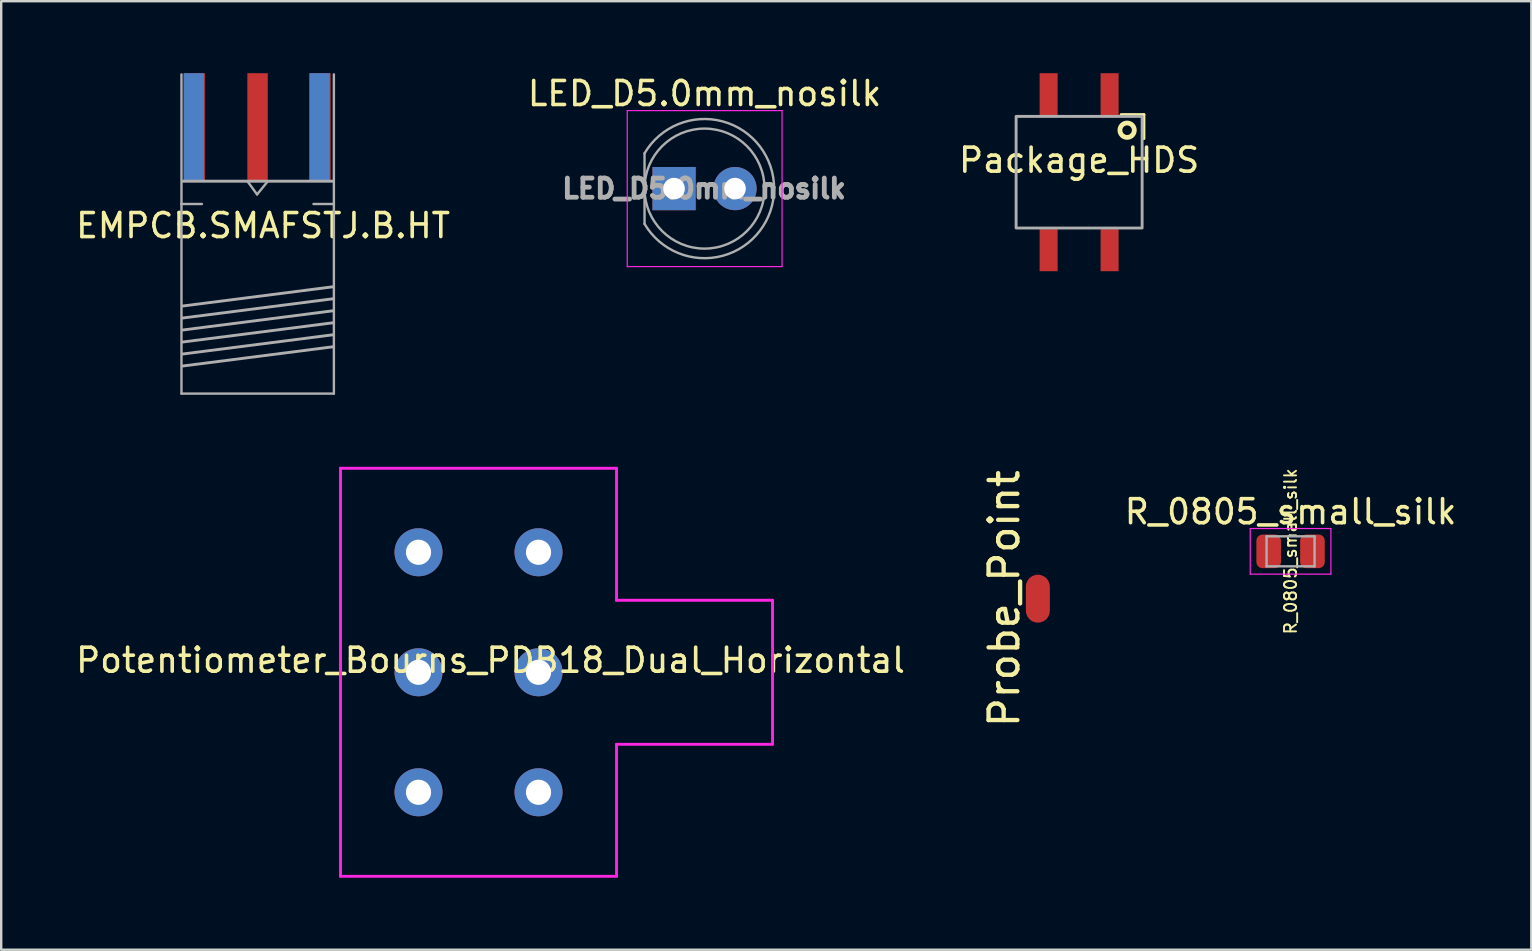
<source format=kicad_pcb>
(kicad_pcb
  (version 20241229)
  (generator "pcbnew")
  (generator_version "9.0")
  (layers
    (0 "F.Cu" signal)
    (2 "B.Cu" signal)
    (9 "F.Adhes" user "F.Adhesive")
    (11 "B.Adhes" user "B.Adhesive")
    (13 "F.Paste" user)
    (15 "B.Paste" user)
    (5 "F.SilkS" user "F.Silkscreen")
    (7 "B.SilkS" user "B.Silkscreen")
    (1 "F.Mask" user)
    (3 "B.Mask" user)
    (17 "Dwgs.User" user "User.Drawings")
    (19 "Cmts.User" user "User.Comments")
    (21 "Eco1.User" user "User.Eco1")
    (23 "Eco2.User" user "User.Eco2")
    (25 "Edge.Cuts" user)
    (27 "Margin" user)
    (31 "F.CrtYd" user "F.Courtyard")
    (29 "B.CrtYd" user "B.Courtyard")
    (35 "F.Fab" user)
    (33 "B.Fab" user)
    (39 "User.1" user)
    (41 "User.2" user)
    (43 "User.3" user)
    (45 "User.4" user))
  (footprint "LED_D5.0mm_nosilk"
    (layer "F.Cu")
    (at 25.034 4.808)
    (property "Reference" "LED_D5.0mm_nosilk" (at 1.27 -3.96 0) (layer "F.SilkS") (effects (font (size 1 1) (thickness 0.15))))
    (attr through_hole)
    (fp_line (start -1.95 -3.25) (end -1.95 3.25) (stroke (width 0.05) (type solid)) (layer "F.CrtYd"))
    (fp_line (start -1.95 3.25) (end 4.5 3.25) (stroke (width 0.05) (type solid)) (layer "F.CrtYd"))
    (fp_line (start 4.5 -3.25) (end -1.95 -3.25) (stroke (width 0.05) (type solid)) (layer "F.CrtYd"))
    (fp_line (start 4.5 3.25) (end 4.5 -3.25) (stroke (width 0.05) (type solid)) (layer "F.CrtYd"))
    (fp_line (start -1.23 -1.47) (end -1.23 1.47) (stroke (width 0.1) (type solid)) (layer "F.Fab"))
    (fp_arc (start -1.23 -1.469694) (mid 4.17 0.000016) (end -1.230016 1.469666) (stroke (width 0.1) (type solid)) (layer "F.Fab"))
    (fp_circle (center 1.27 0) (end 3.77 0) (stroke (width 0.1) (type solid)) (fill no) (layer "F.Fab"))
    (fp_text user "${REFERENCE}" (at 1.25 0 0) (layer "F.Fab") (effects (font (size 0.8 0.8) (thickness 0.2))))
    (pad "1" thru_hole rect (at 0 0) (size 1.8 1.8) (drill 0.9) (layers "*.Cu" "*.Mask"))
    (pad "2" thru_hole circle (at 2.54 0) (size 1.8 1.8) (drill 0.9) (layers "*.Cu" "*.Mask")))
  (footprint "Probe_Point"
    (layer "F.Cu")
    (at 40.042 21.893)
    (property "Reference" "Probe_Point" (at -1.25 0 90) (unlocked yes) (layer "F.SilkS") (effects (font (size 1.2 1.2) (thickness 0.18))))
    (attr smd)
    (pad "1" smd roundrect (at 0.15 0) (size 1 2) (layers "F.Cu" "F.Mask" "F.Paste") (roundrect_rratio 0.5)))
  (footprint "Package_HDS"
    (layer "F.Cu")
    (at 41.911 4.125)
    (property "Reference" "Package_HDS" (at 0 -0.5 0) (unlocked yes) (layer "F.SilkS") (effects (font (size 1 1) (thickness 0.15))))
    (attr smd)
    (fp_line (start 1.75 -2.4) (end 2.7 -2.4) (stroke (width 0.12) (type solid)) (layer "F.SilkS"))
    (fp_line (start 2.7 -2.4) (end 2.7 -1.4) (stroke (width 0.12) (type solid)) (layer "F.SilkS"))
    (fp_circle (center 2 -1.75) (end 2.3 -1.75) (stroke (width 0.2) (type solid)) (fill no) (layer "F.SilkS"))
    (fp_rect (start -2.625 -2.325) (end 2.625 2.325) (stroke (width 0.12) (type solid)) (fill no) (layer "F.Fab"))
    (pad "1" smd rect (at 1.27 -3.25) (size 0.75 1.75) (layers "F.Cu" "F.Mask" "F.Paste"))
    (pad "2" smd rect (at 1.27 3.25) (size 0.75 1.75) (layers "F.Cu" "F.Mask" "F.Paste"))
    (pad "3" smd rect (at -1.27 -3.25) (size 0.75 1.75) (layers "F.Cu" "F.Mask" "F.Paste"))
    (pad "4" smd rect (at -1.27 3.25) (size 0.75 1.75) (layers "F.Cu" "F.Mask" "F.Paste")))
  (footprint "Potentiometer_Bourns_PDB18_Dual_Horizontal"
    (layer "F.Cu")
    (at 19.387 29.96)
    (property "Reference" "Potentiometer_Bourns_PDB18_Dual_Horizontal" (at -2 -5.5 0) (unlocked yes) (layer "F.SilkS") (effects (font (size 1 1) (thickness 0.15))))
    (attr through_hole)
    (fp_line (start -8.25 3.5) (end -8.25 -13.5) (stroke (width 0.12) (type solid)) (layer "F.CrtYd"))
    (fp_line (start 3.25 -13.5) (end -8.25 -13.5) (stroke (width 0.12) (type solid)) (layer "F.CrtYd"))
    (fp_line (start 3.25 -13.5) (end 3.25 -8) (stroke (width 0.12) (type solid)) (layer "F.CrtYd"))
    (fp_line (start 3.25 -8) (end 9.75 -8) (stroke (width 0.12) (type solid)) (layer "F.CrtYd"))
    (fp_line (start 3.25 3.5) (end -8.25 3.5) (stroke (width 0.12) (type solid)) (layer "F.CrtYd"))
    (fp_line (start 3.25 3.5) (end 3.25 -2) (stroke (width 0.12) (type solid)) (layer "F.CrtYd"))
    (fp_line (start 9.75 -8) (end 9.75 -2) (stroke (width 0.12) (type solid)) (layer "F.CrtYd"))
    (fp_line (start 9.75 -2) (end 3.25 -2) (stroke (width 0.12) (type solid)) (layer "F.CrtYd"))
    (pad "1" thru_hole circle (at 0 0) (size 2 2) (drill 1.05) (layers "*.Cu" "*.Mask"))
    (pad "2" thru_hole circle (at 0 -5) (size 2 2) (drill 1.05) (layers "*.Cu" "*.Mask"))
    (pad "3" thru_hole circle (at 0 -10) (size 2 2) (drill 1.05) (layers "*.Cu" "*.Mask"))
    (pad "4" thru_hole circle (at -5 0) (size 2 2) (drill 1.05) (layers "*.Cu" "*.Mask"))
    (pad "5" thru_hole circle (at -5 -5) (size 2 2) (drill 1.05) (layers "*.Cu" "*.Mask"))
    (pad "6" thru_hole circle (at -5 -10) (size 2 2) (drill 1.05) (layers "*.Cu" "*.Mask")))
  (footprint "EMPCB.SMAFSTJ.B.HT"
    (layer "F.Cu")
    (at 7.661 6.25)
    (property "Reference" "EMPCB.SMAFSTJ.B.HT" (at 0.25 0.1 0) (unlocked yes) (layer "F.SilkS") (effects (font (size 1 1) (thickness 0.15))))
    (fp_line (start -3.15 -6.2) (end -3.15 -0.8) (stroke (width 0.1) (type solid)) (layer "F.Fab"))
    (fp_line (start -3.15 -0.8) (end -2.3 -0.8) (stroke (width 0.1) (type solid)) (layer "F.Fab"))
    (fp_line (start -3.15 7.1) (end -3.15 -0.8) (stroke (width 0.1) (type solid)) (layer "F.Fab"))
    (fp_line (start -3.1 -1.75) (end 3.15 -1.75) (stroke (width 0.12) (type solid)) (layer "F.Fab"))
    (fp_line (start -0.403 -1.75) (end 0 -1.2) (stroke (width 0.1) (type solid)) (layer "F.Fab"))
    (fp_line (start 0 -1.2) (end 0.45 -1.75) (stroke (width 0.1) (type solid)) (layer "F.Fab"))
    (fp_line (start 2.35 -0.8) (end 3.2 -0.8) (stroke (width 0.1) (type solid)) (layer "F.Fab"))
    (fp_line (start 3.15 2.65) (end -3.1 3.45) (stroke (width 0.12) (type solid)) (layer "F.Fab"))
    (fp_line (start 3.15 3.15) (end -3.1 3.95) (stroke (width 0.12) (type solid)) (layer "F.Fab"))
    (fp_line (start 3.15 3.65) (end -3.1 4.45) (stroke (width 0.12) (type solid)) (layer "F.Fab"))
    (fp_line (start 3.15 4.15) (end -3.1 4.95) (stroke (width 0.12) (type solid)) (layer "F.Fab"))
    (fp_line (start 3.15 4.65) (end -3.1 5.45) (stroke (width 0.12) (type solid)) (layer "F.Fab"))
    (fp_line (start 3.15 5.15) (end -3.1 5.95) (stroke (width 0.12) (type solid)) (layer "F.Fab"))
    (fp_line (start 3.2 -6.2) (end 3.2 -0.8) (stroke (width 0.1) (type solid)) (layer "F.Fab"))
    (fp_line (start 3.2 7.1) (end -3.15 7.1) (stroke (width 0.1) (type solid)) (layer "F.Fab"))
    (fp_line (start 3.2 7.1) (end 3.2 -0.8) (stroke (width 0.1) (type solid)) (layer "F.Fab"))
    (pad "1" smd rect (at 0.02 -4) (size 0.85 4.5) (layers "F.Cu" "F.Mask" "F.Paste"))
    (pad "2" smd rect (at -2.64 -4) (size 0.85 4.5) (layers "B.Cu" "B.Mask" "B.Paste"))
    (pad "2" smd rect (at -2.6 -4) (size 0.85 4.5) (layers "F.Cu" "F.Mask" "F.Paste"))
    (pad "2" smd rect (at 2.6 -4) (size 0.85 4.5) (layers "B.Cu" "B.Mask" "B.Paste"))
    (pad "2" smd rect (at 2.64 -4) (size 0.85 4.5) (layers "F.Cu" "F.Mask" "F.Paste")))
  (footprint "R_0805_small_silk"
    (placed yes)
    (layer "F.Cu")
    (at 50.721 19.922)
    (property "Reference" "R_0805_small_silk" (at 0 -1.65 180) (layer "F.SilkS") (effects (font (size 1 1) (thickness 0.15))))
    (attr smd)
    (fp_line (start -1.68 -0.95) (end 1.68 -0.95) (stroke (width 0.05) (type solid)) (layer "F.CrtYd"))
    (fp_line (start -1.68 0.95) (end -1.68 -0.95) (stroke (width 0.05) (type solid)) (layer "F.CrtYd"))
    (fp_line (start 1.68 -0.95) (end 1.68 0.95) (stroke (width 0.05) (type solid)) (layer "F.CrtYd"))
    (fp_line (start 1.68 0.95) (end -1.68 0.95) (stroke (width 0.05) (type solid)) (layer "F.CrtYd"))
    (fp_line (start -1 -0.625) (end 1 -0.625) (stroke (width 0.1) (type solid)) (layer "F.Fab"))
    (fp_line (start -1 0.625) (end -1 -0.625) (stroke (width 0.1) (type solid)) (layer "F.Fab"))
    (fp_line (start 1 -0.625) (end 1 0.625) (stroke (width 0.1) (type solid)) (layer "F.Fab"))
    (fp_line (start 1 0.625) (end -1 0.625) (stroke (width 0.1) (type solid)) (layer "F.Fab"))
    (fp_text user "${REFERENCE}" (at 0 0 270) (layer "F.SilkS") (effects (font (size 0.5 0.5) (thickness 0.08))))
    (pad "1" smd roundrect (at -0.912 0) (size 1.025 1.4) (layers "F.Cu" "F.Mask" "F.Paste") (roundrect_rratio 0.244))
    (pad "2" smd roundrect (at 0.912 0) (size 1.025 1.4) (layers "F.Cu" "F.Mask" "F.Paste") (roundrect_rratio 0.244)))
  (gr_rect
    (start -3 -3)
    (end 60.751 36.52)
    (stroke (width 0.1) (type default))
    (fill no)
    (layer "Edge.Cuts")))
</source>
